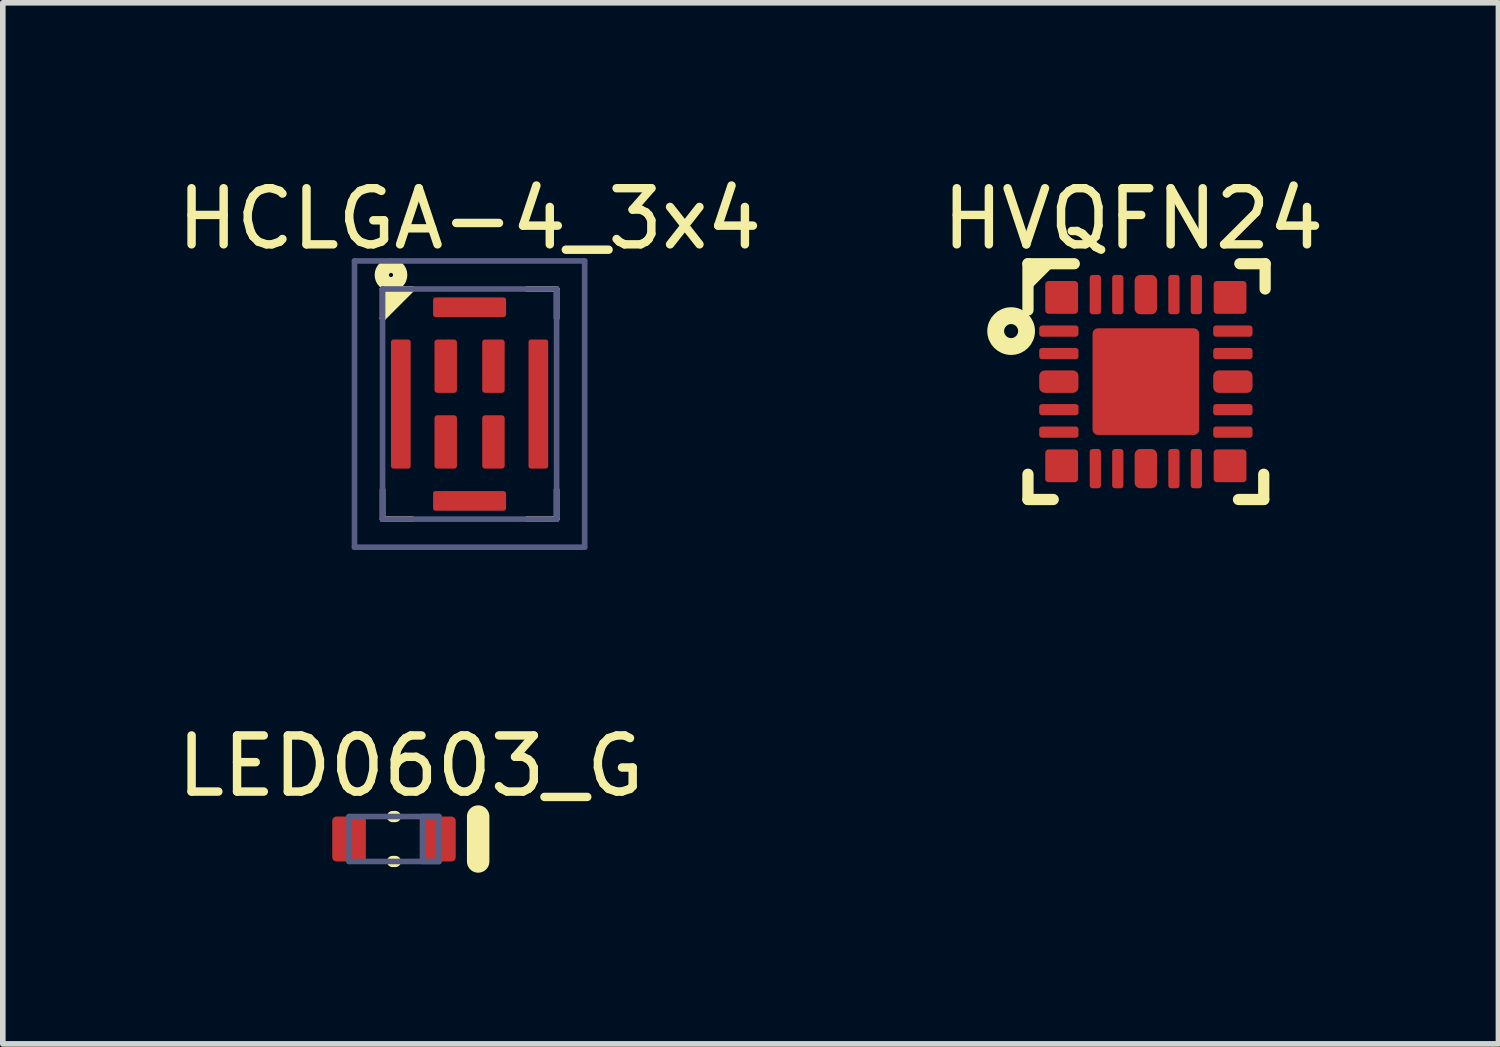
<source format=kicad_pcb>
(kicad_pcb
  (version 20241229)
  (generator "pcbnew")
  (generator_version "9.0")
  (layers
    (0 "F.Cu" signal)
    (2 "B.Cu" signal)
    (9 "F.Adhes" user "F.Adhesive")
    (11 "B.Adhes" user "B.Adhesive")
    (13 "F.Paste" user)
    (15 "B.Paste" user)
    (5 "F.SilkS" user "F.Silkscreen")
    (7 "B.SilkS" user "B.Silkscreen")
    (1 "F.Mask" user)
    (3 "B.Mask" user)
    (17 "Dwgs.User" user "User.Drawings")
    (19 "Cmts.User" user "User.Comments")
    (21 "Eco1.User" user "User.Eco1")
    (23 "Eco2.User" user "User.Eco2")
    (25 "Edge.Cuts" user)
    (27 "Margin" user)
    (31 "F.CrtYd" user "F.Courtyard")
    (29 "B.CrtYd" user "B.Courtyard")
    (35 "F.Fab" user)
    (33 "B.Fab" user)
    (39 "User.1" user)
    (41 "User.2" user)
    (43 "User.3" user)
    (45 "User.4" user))
  (footprint "HVQFN24"
    (layer "F.Cu")
    (at 17.362 3.748)
    (property "Reference" "HVQFN24" (at -0.225 -2.9 0) (layer "F.SilkS") (effects (font (size 1 1) (thickness 0.15))))
    (fp_poly (pts (xy -1.95 -1.05) (xy -1.15 -1.05) (xy -1.15 -0.75) (xy -1.95 -0.75)) (stroke (width 0) (type default)) (fill yes) (layer "F.Mask"))
    (fp_poly (pts (xy -1.95 -1.05) (xy -1.15 -1.05) (xy -1.15 -0.75) (xy -1.95 -0.75)) (stroke (width 0) (type default)) (fill yes) (layer "F.Mask"))
    (fp_poly (pts (xy -1.95 -1.05) (xy -1.15 -1.05) (xy -1.15 -0.75) (xy -1.95 -0.75)) (stroke (width 0) (type default)) (fill yes) (layer "F.Mask"))
    (fp_poly (pts (xy -1.95 -0.65) (xy -1.15 -0.65) (xy -1.15 -0.35) (xy -1.95 -0.35)) (stroke (width 0) (type default)) (fill yes) (layer "F.Mask"))
    (fp_poly (pts (xy -1.95 -0.25) (xy -1.15 -0.25) (xy -1.15 0.25) (xy -1.95 0.25)) (stroke (width 0) (type default)) (fill yes) (layer "F.Mask"))
    (fp_poly (pts (xy -1.95 0.35) (xy -1.15 0.35) (xy -1.15 0.65) (xy -1.95 0.65)) (stroke (width 0) (type default)) (fill yes) (layer "F.Mask"))
    (fp_poly (pts (xy -1.95 0.75) (xy -1.15 0.75) (xy -1.15 1.05) (xy -1.95 1.05)) (stroke (width 0) (type default)) (fill yes) (layer "F.Mask"))
    (fp_poly (pts (xy -1.05 -1.95) (xy -0.75 -1.95) (xy -0.75 -1.15) (xy -1.05 -1.15)) (stroke (width 0) (type default)) (fill yes) (layer "F.Mask"))
    (fp_poly (pts (xy -1.05 1.15) (xy -0.75 1.15) (xy -0.75 1.95) (xy -1.05 1.95)) (stroke (width 0) (type default)) (fill yes) (layer "F.Mask"))
    (fp_poly (pts (xy -1 -1) (xy 1 -1) (xy 1 1) (xy -1 1)) (stroke (width 0) (type default)) (fill yes) (layer "F.Mask"))
    (fp_poly (pts (xy -0.65 -1.95) (xy -0.35 -1.95) (xy -0.35 -1.15) (xy -0.65 -1.15)) (stroke (width 0) (type default)) (fill yes) (layer "F.Mask"))
    (fp_poly (pts (xy -0.65 1.15) (xy -0.35 1.15) (xy -0.35 1.95) (xy -0.65 1.95)) (stroke (width 0) (type default)) (fill yes) (layer "F.Mask"))
    (fp_poly (pts (xy -0.25 -1.95) (xy 0.25 -1.95) (xy 0.25 -1.15) (xy -0.25 -1.15)) (stroke (width 0) (type default)) (fill yes) (layer "F.Mask"))
    (fp_poly (pts (xy -0.25 1.15) (xy 0.25 1.15) (xy 0.25 1.95) (xy -0.25 1.95)) (stroke (width 0) (type default)) (fill yes) (layer "F.Mask"))
    (fp_poly (pts (xy 0.35 -1.95) (xy 0.65 -1.95) (xy 0.65 -1.15) (xy 0.35 -1.15)) (stroke (width 0) (type default)) (fill yes) (layer "F.Mask"))
    (fp_poly (pts (xy 0.35 1.15) (xy 0.65 1.15) (xy 0.65 1.95) (xy 0.35 1.95)) (stroke (width 0) (type default)) (fill yes) (layer "F.Mask"))
    (fp_poly (pts (xy 0.75 -1.95) (xy 1.05 -1.95) (xy 1.05 -1.15) (xy 0.75 -1.15)) (stroke (width 0) (type default)) (fill yes) (layer "F.Mask"))
    (fp_poly (pts (xy 0.75 1.15) (xy 1.05 1.15) (xy 1.05 1.95) (xy 0.75 1.95)) (stroke (width 0) (type default)) (fill yes) (layer "F.Mask"))
    (fp_poly (pts (xy 1.15 -1.05) (xy 1.95 -1.05) (xy 1.95 -0.75) (xy 1.15 -0.75)) (stroke (width 0) (type default)) (fill yes) (layer "F.Mask"))
    (fp_poly (pts (xy 1.15 -0.65) (xy 1.95 -0.65) (xy 1.95 -0.35) (xy 1.15 -0.35)) (stroke (width 0) (type default)) (fill yes) (layer "F.Mask"))
    (fp_poly (pts (xy 1.15 -0.25) (xy 1.95 -0.25) (xy 1.95 0.25) (xy 1.15 0.25)) (stroke (width 0) (type default)) (fill yes) (layer "F.Mask"))
    (fp_poly (pts (xy 1.15 0.35) (xy 1.95 0.35) (xy 1.95 0.65) (xy 1.15 0.65)) (stroke (width 0) (type default)) (fill yes) (layer "F.Mask"))
    (fp_poly (pts (xy 1.15 0.75) (xy 1.95 0.75) (xy 1.95 1.05) (xy 1.15 1.05)) (stroke (width 0) (type default)) (fill yes) (layer "F.Mask"))
    (fp_line (start -2.1 -2.1) (end -1.275 -2.1) (stroke (width 0.2) (type solid)) (layer "F.SilkS"))
    (fp_line (start -2.1 -1.275) (end -2.1 -2.1) (stroke (width 0.2) (type solid)) (layer "F.SilkS"))
    (fp_line (start -2.1 2.1) (end -2.1 1.65) (stroke (width 0.2) (type solid)) (layer "F.SilkS"))
    (fp_line (start -2.1 2.1) (end -1.65 2.1) (stroke (width 0.2) (type solid)) (layer "F.SilkS"))
    (fp_line (start 1.65 2.1) (end 2.1 2.1) (stroke (width 0.2) (type solid)) (layer "F.SilkS"))
    (fp_line (start 1.675 -2.1) (end 2.125 -2.1) (stroke (width 0.2) (type solid)) (layer "F.SilkS"))
    (fp_line (start 2.1 2.1) (end 2.1 1.65) (stroke (width 0.2) (type solid)) (layer "F.SilkS"))
    (fp_line (start 2.125 -1.65) (end 2.125 -2.1) (stroke (width 0.2) (type solid)) (layer "F.SilkS"))
    (fp_circle (center -2.4 -0.9) (end -2.4 -1.025) (stroke (width 0.3) (type solid)) (fill no) (layer "F.SilkS"))
    (fp_poly (pts (xy -1.601 -2.1) (xy -2.1 -1.601) (xy -2.1 -2.1)) (stroke (width 0) (type default)) (fill yes) (layer "F.SilkS"))
    (fp_poly (pts (xy -0.818 -0.818) (xy -0.132 -0.818) (xy -0.132 -0.132) (xy -0.818 -0.132)) (stroke (width 0) (type default)) (fill yes) (layer "F.Paste"))
    (fp_poly (pts (xy -0.818 0.132) (xy -0.132 0.132) (xy -0.132 0.818) (xy -0.818 0.818)) (stroke (width 0) (type default)) (fill yes) (layer "F.Paste"))
    (fp_poly (pts (xy 0.132 -0.818) (xy 0.818 -0.818) (xy 0.818 -0.132) (xy 0.132 -0.132)) (stroke (width 0) (type default)) (fill yes) (layer "F.Paste"))
    (fp_poly (pts (xy 0.132 0.132) (xy 0.818 0.132) (xy 0.818 0.818) (xy 0.132 0.818)) (stroke (width 0) (type default)) (fill yes) (layer "F.Paste"))
    (pad "1" smd roundrect (at -1.55 -0.9 90) (size 0.2 0.7) (layers "F.Cu" "F.Mask" "F.Paste") (roundrect_rratio 0.25))
    (pad "2" smd roundrect (at -1.55 -0.5 90) (size 0.2 0.7) (layers "F.Cu" "F.Mask" "F.Paste") (roundrect_rratio 0.25))
    (pad "3" smd roundrect (at -1.55 0 90) (size 0.4 0.7) (layers "F.Cu" "F.Mask" "F.Paste") (roundrect_rratio 0.25))
    (pad "4" smd roundrect (at -1.55 0.5 90) (size 0.2 0.7) (layers "F.Cu" "F.Mask" "F.Paste") (roundrect_rratio 0.25))
    (pad "5" smd roundrect (at -1.55 0.9 90) (size 0.2 0.7) (layers "F.Cu" "F.Mask" "F.Paste") (roundrect_rratio 0.25))
    (pad "6" smd roundrect (at -1.5 1.5) (size 0.584 0.584) (layers "F.Cu" "F.Mask" "F.Paste") (roundrect_rratio 0.1))
    (pad "7" smd roundrect (at -0.9 1.55) (size 0.2 0.7) (layers "F.Cu" "F.Mask" "F.Paste") (roundrect_rratio 0.25))
    (pad "8" smd roundrect (at -0.5 1.55) (size 0.2 0.7) (layers "F.Cu" "F.Mask" "F.Paste") (roundrect_rratio 0.25))
    (pad "9" smd roundrect (at 0 1.55) (size 0.4 0.7) (layers "F.Cu" "F.Mask" "F.Paste") (roundrect_rratio 0.25))
    (pad "10" smd roundrect (at 0.5 1.55) (size 0.2 0.7) (layers "F.Cu" "F.Mask" "F.Paste") (roundrect_rratio 0.25))
    (pad "11" smd roundrect (at 0.9 1.55) (size 0.2 0.7) (layers "F.Cu" "F.Mask" "F.Paste") (roundrect_rratio 0.25))
    (pad "12" smd roundrect (at 1.5 1.5) (size 0.584 0.584) (layers "F.Cu" "F.Mask" "F.Paste") (roundrect_rratio 0.1))
    (pad "13" smd roundrect (at 1.55 0.9 270) (size 0.2 0.7) (layers "F.Cu" "F.Mask" "F.Paste") (roundrect_rratio 0.25))
    (pad "14" smd roundrect (at 1.55 0.5 90) (size 0.2 0.7) (layers "F.Cu" "F.Mask" "F.Paste") (roundrect_rratio 0.25))
    (pad "15" smd roundrect (at 1.55 0 270) (size 0.4 0.7) (layers "F.Cu" "F.Mask" "F.Paste") (roundrect_rratio 0.25))
    (pad "16" smd roundrect (at 1.55 -0.5 270) (size 0.2 0.7) (layers "F.Cu" "F.Mask" "F.Paste") (roundrect_rratio 0.25))
    (pad "17" smd roundrect (at 1.55 -0.9 270) (size 0.2 0.7) (layers "F.Cu" "F.Mask" "F.Paste") (roundrect_rratio 0.25))
    (pad "18" smd roundrect (at 1.5 -1.5 270) (size 0.584 0.584) (layers "F.Cu" "F.Mask" "F.Paste") (roundrect_rratio 0.1))
    (pad "19" smd roundrect (at 0.9 -1.55 180) (size 0.2 0.7) (layers "F.Cu" "F.Mask" "F.Paste") (roundrect_rratio 0.25))
    (pad "20" smd roundrect (at 0.5 -1.55 180) (size 0.2 0.7) (layers "F.Cu" "F.Mask" "F.Paste") (roundrect_rratio 0.25))
    (pad "21" smd roundrect (at 0 -1.55 180) (size 0.4 0.7) (layers "F.Cu" "F.Mask" "F.Paste") (roundrect_rratio 0.25))
    (pad "22" smd roundrect (at -0.5 -1.55 180) (size 0.2 0.7) (layers "F.Cu" "F.Mask" "F.Paste") (roundrect_rratio 0.25))
    (pad "23" smd roundrect (at -0.9 -1.55 180) (size 0.2 0.7) (layers "F.Cu" "F.Mask" "F.Paste") (roundrect_rratio 0.25))
    (pad "24" smd roundrect (at -1.5 -1.5 90) (size 0.584 0.584) (layers "F.Cu" "F.Mask" "F.Paste") (roundrect_rratio 0.1))
    (pad "25" smd roundrect (at 0 0) (size 1.9 1.9) (layers "F.Cu" "F.Mask" "F.Paste") (roundrect_rratio 0.05)))
  (footprint "LED0603_G"
    (layer "F.Cu")
    (at 3.968 11.896)
    (property "Reference" "LED0603_G" (at 0.3 -1.3 0) (layer "F.SilkS") (effects (font (size 1 1) (thickness 0.15))))
    (fp_line (start -0.025 -0.4) (end 0.025 -0.4) (stroke (width 0.2) (type solid)) (layer "F.SilkS"))
    (fp_line (start -0.025 0.4) (end 0.025 0.4) (stroke (width 0.2) (type solid)) (layer "F.SilkS"))
    (fp_line (start 1.5 0.4) (end 1.5 -0.4) (stroke (width 0.4) (type solid)) (layer "F.SilkS"))
    (fp_line (start -1.3 -0.6) (end 1.3 -0.6) (stroke (width 0.1) (type solid)) (layer "Eco2.User"))
    (fp_line (start -1.3 0.6) (end -1.3 -0.6) (stroke (width 0.1) (type solid)) (layer "Eco2.User"))
    (fp_line (start -1.3 0.6) (end 1.3 0.6) (stroke (width 0.1) (type solid)) (layer "Eco2.User"))
    (fp_line (start 1.3 0.6) (end 1.3 -0.6) (stroke (width 0.1) (type solid)) (layer "Eco2.User"))
    (fp_circle (center 0 0) (end 0 -0.064) (stroke (width 0.127) (type solid)) (fill no) (layer "Eco2.User"))
    (fp_line (start -0.8 -0.4) (end 0.8 -0.4) (stroke (width 0.1) (type solid)) (layer "B.Fab"))
    (fp_line (start -0.8 0.4) (end -0.8 -0.4) (stroke (width 0.1) (type solid)) (layer "B.Fab"))
    (fp_line (start -0.8 0.4) (end 0.8 0.4) (stroke (width 0.1) (type solid)) (layer "B.Fab"))
    (fp_line (start 0.8 0.4) (end 0.8 -0.4) (stroke (width 0.1) (type solid)) (layer "B.Fab"))
    (fp_rect (start 0.508 0.4) (end 0.8 -0.4) (stroke (width 0.1) (type default)) (fill no) (layer "B.Fab"))
    (pad "A" smd roundrect (at -0.8 0) (size 0.6 0.8) (layers "F.Cu" "F.Mask" "F.Paste") (roundrect_rratio 0.125))
    (pad "K" smd roundrect (at 0.8 0) (size 0.6 0.8) (layers "F.Cu" "F.Mask" "F.Paste") (roundrect_rratio 0.125)))
  (footprint "HCLGA-4_3x4"
    (layer "F.Cu")
    (at 5.315 4.148)
    (property "Reference" "HCLGA-4_3x4" (at 0 -3.3 0) (layer "F.SilkS") (effects (font (size 1 1) (thickness 0.15))))
    (fp_line (start -1.55 -2.05) (end -1.025 -2.05) (stroke (width 0.1) (type solid)) (layer "F.SilkS"))
    (fp_line (start -1.55 -1.525) (end -1.55 -2.05) (stroke (width 0.1) (type solid)) (layer "F.SilkS"))
    (fp_line (start -1.55 -1.525) (end -1.55 -1.525) (stroke (width 0.1) (type solid)) (layer "F.SilkS"))
    (fp_line (start -1.55 -1.525) (end -1.025 -2.05) (stroke (width 0.1) (type solid)) (layer "F.SilkS"))
    (fp_line (start -1.55 2.05) (end -1.55 1.525) (stroke (width 0.1) (type solid)) (layer "F.SilkS"))
    (fp_line (start -1.55 2.05) (end -1.025 2.05) (stroke (width 0.1) (type solid)) (layer "F.SilkS"))
    (fp_line (start 1.025 -2.05) (end 1.55 -2.05) (stroke (width 0.1) (type solid)) (layer "F.SilkS"))
    (fp_line (start 1.025 2.05) (end 1.55 2.05) (stroke (width 0.1) (type solid)) (layer "F.SilkS"))
    (fp_line (start 1.55 -1.525) (end 1.55 -2.05) (stroke (width 0.1) (type solid)) (layer "F.SilkS"))
    (fp_line (start 1.55 2.05) (end 1.55 1.525) (stroke (width 0.1) (type solid)) (layer "F.SilkS"))
    (fp_circle (center -1.4 -2.3) (end -1.4 -2.337) (stroke (width 0.254) (type solid)) (fill no) (layer "F.SilkS"))
    (fp_poly (pts (xy -1.55 -2.05) (xy -1.55 -1.525) (xy -1.025 -2.05)) (stroke (width 0) (type default)) (fill yes) (layer "F.SilkS"))
    (fp_line (start -2.05 -2.55) (end 2.05 -2.55) (stroke (width 0.1) (type solid)) (layer "Eco2.User"))
    (fp_line (start -2.05 2.55) (end -2.05 -2.55) (stroke (width 0.1) (type solid)) (layer "Eco2.User"))
    (fp_line (start -2.05 2.55) (end 2.05 2.55) (stroke (width 0.1) (type solid)) (layer "Eco2.User"))
    (fp_line (start -0.5 0) (end 0.5 0) (stroke (width 0.1) (type solid)) (layer "Eco2.User"))
    (fp_line (start 0 0.5) (end 0 -0.5) (stroke (width 0.1) (type solid)) (layer "Eco2.User"))
    (fp_line (start 2.05 2.55) (end 2.05 -2.55) (stroke (width 0.1) (type solid)) (layer "Eco2.User"))
    (fp_line (start -2.05 -2.55) (end 2.05 -2.55) (stroke (width 0.1) (type solid)) (layer "B.Fab"))
    (fp_line (start -2.05 2.55) (end -2.05 -2.55) (stroke (width 0.1) (type solid)) (layer "B.Fab"))
    (fp_line (start -2.05 2.55) (end 2.05 2.55) (stroke (width 0.1) (type solid)) (layer "B.Fab"))
    (fp_line (start -1.55 -2.05) (end 1.55 -2.05) (stroke (width 0.1) (type solid)) (layer "B.Fab"))
    (fp_line (start -1.55 2.05) (end -1.55 -2.05) (stroke (width 0.1) (type solid)) (layer "B.Fab"))
    (fp_line (start -1.55 2.05) (end 1.55 2.05) (stroke (width 0.1) (type solid)) (layer "B.Fab"))
    (fp_line (start 1.55 2.05) (end 1.55 -2.05) (stroke (width 0.1) (type solid)) (layer "B.Fab"))
    (fp_line (start 2.05 2.55) (end 2.05 -2.55) (stroke (width 0.1) (type solid)) (layer "B.Fab"))
    (pad "1" smd roundrect (at -0.425 -0.675) (size 0.4 0.95) (layers "F.Cu" "F.Mask" "F.Paste") (roundrect_rratio 0.125))
    (pad "2" smd roundrect (at -0.425 0.675) (size 0.4 0.95) (layers "F.Cu" "F.Mask" "F.Paste") (roundrect_rratio 0.125))
    (pad "3" smd roundrect (at 0.425 0.675) (size 0.4 0.95) (layers "F.Cu" "F.Mask" "F.Paste") (roundrect_rratio 0.125))
    (pad "4" smd roundrect (at 0.425 -0.675) (size 0.4 0.95) (layers "F.Cu" "F.Mask" "F.Paste") (roundrect_rratio 0.125))
    (pad "5" smd roundrect (at -1.225 0) (size 0.35 2.3) (layers "F.Cu" "F.Mask" "F.Paste") (roundrect_rratio 0.125))
    (pad "5" smd roundrect (at 0 -1.725) (size 1.3 0.35) (layers "F.Cu" "F.Mask" "F.Paste") (roundrect_rratio 0.125))
    (pad "5" smd roundrect (at 0 1.725) (size 1.3 0.35) (layers "F.Cu" "F.Mask" "F.Paste") (roundrect_rratio 0.125))
    (pad "5" smd roundrect (at 1.225 0) (size 0.35 2.3) (layers "F.Cu" "F.Mask" "F.Paste") (roundrect_rratio 0.125)))
  (gr_rect
    (start -3 -3)
    (end 23.643 15.546)
    (stroke (width 0.1) (type default))
    (fill no)
    (layer "Edge.Cuts")))
</source>
